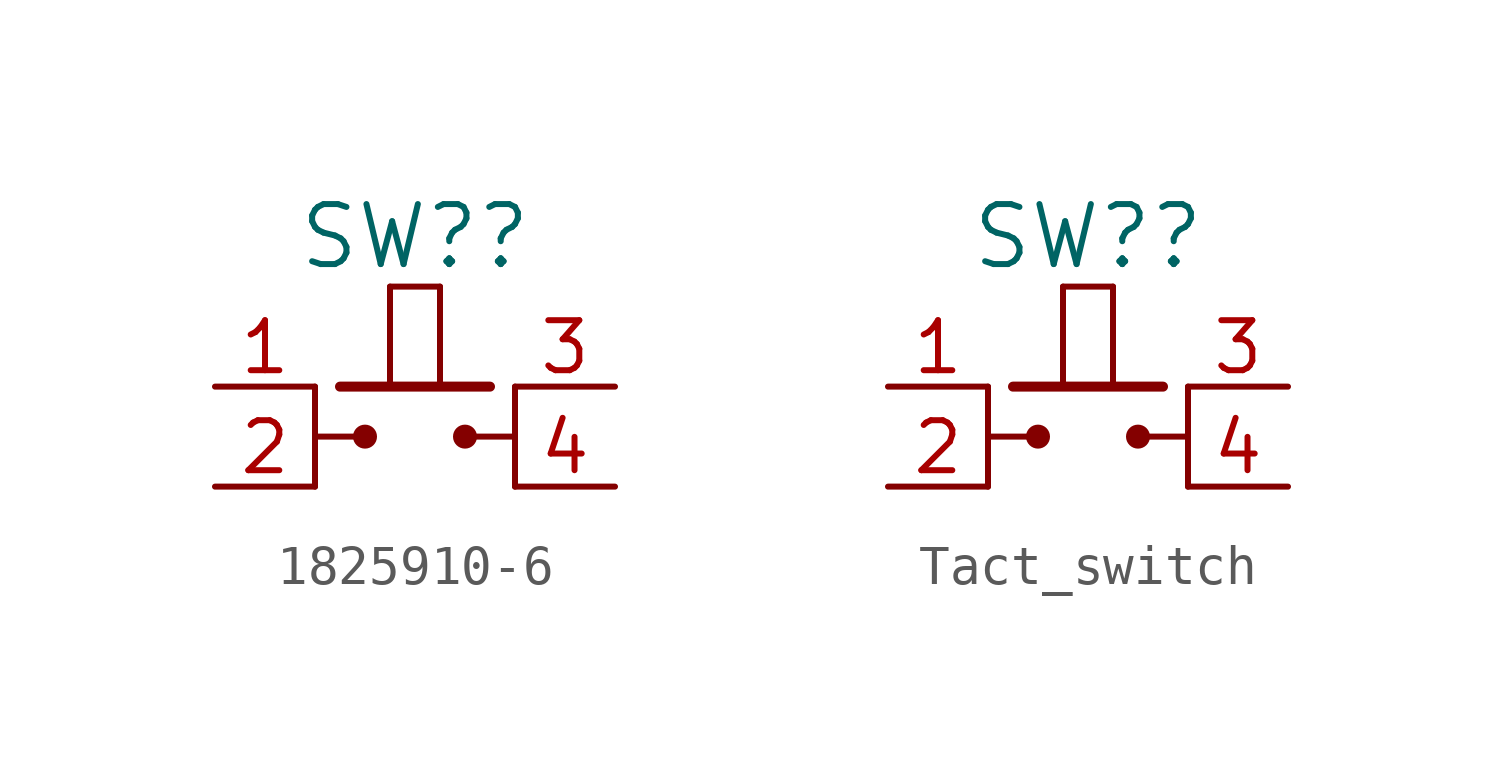
<source format=kicad_sym>
(kicad_symbol_lib
  (version 20211014)
  (generator kicad_symbol_editor)
  (symbol "1825910-6"
    (pin_names
      (offset 0) hide)
    (property "Reference" "SW?"
      (at 0 3.81 0)
      (effects (font (size 1.524 1.524))))
    (symbol "1825910-6_0_1"
      (rectangle (start -2.54 0) (end -2.54 -2.54) (stroke (width 0) (type default) (color 0 0 0 0)) (fill (type background)))
      (rectangle (start -1.905 0) (end 1.905 0) (stroke (width 0.254) (type default) (color 0 0 0 0)) (fill (type background)))
      (rectangle (start -1.27 -1.27) (end -2.54 -1.27) (stroke (width 0) (type default) (color 0 0 0 0)) (fill (type background)))
      (circle (center -1.27 -1.27) (radius 0.178) (stroke (width 0.254) (type default) (color 0 0 0 0)) (fill (type none)))
      (rectangle (start -0.635 0) (end -0.635 2.54) (stroke (width 0) (type default) (color 0 0 0 0)) (fill (type background)))
      (rectangle (start 0.635 2.54) (end -0.635 2.54) (stroke (width 0) (type default) (color 0 0 0 0)) (fill (type background)))
      (rectangle (start 0.635 2.54) (end 0.635 0) (stroke (width 0) (type default) (color 0 0 0 0)) (fill (type background)))
      (circle (center 1.27 -1.27) (radius 0.178) (stroke (width 0.254) (type default) (color 0 0 0 0)) (fill (type none)))
      (rectangle (start 1.27 -1.27) (end 2.54 -1.27) (stroke (width 0) (type default) (color 0 0 0 0)) (fill (type background)))
      (rectangle (start 2.54 0) (end 2.54 -2.54) (stroke (width 0) (type default) (color 0 0 0 0)) (fill (type background))))
    (symbol "1825910-6_1_1"
      (pin input line (at -5.08 0 0) (length 2.54) (name "1" (effects (font (size 1.27 1.27)))) (number "1" (effects (font (size 1.27 1.27)))))
      (pin input line (at -5.08 -2.54 0) (length 2.54) (name "2" (effects (font (size 1.27 1.27)))) (number "2" (effects (font (size 1.27 1.27)))))
      (pin input line (at 5.08 0 180) (length 2.54) (name "3" (effects (font (size 1.27 1.27)))) (number "3" (effects (font (size 1.27 1.27)))))
      (pin input line (at 5.08 -2.54 180) (length 2.54) (name "4" (effects (font (size 1.27 1.27)))) (number "4" (effects (font (size 1.27 1.27)))))))
  (symbol "Tact_switch"
    (pin_names
      (offset 0) hide)
    (property "Reference" "SW?"
      (at 0 3.81 0)
      (effects (font (size 1.524 1.524))))
    (symbol "Tact_switch_0_1"
      (rectangle (start -2.54 0) (end -2.54 -2.54) (stroke (width 0) (type default) (color 0 0 0 0)) (fill (type background)))
      (rectangle (start -1.905 0) (end 1.905 0) (stroke (width 0.254) (type default) (color 0 0 0 0)) (fill (type background)))
      (rectangle (start -1.27 -1.27) (end -2.54 -1.27) (stroke (width 0) (type default) (color 0 0 0 0)) (fill (type background)))
      (circle (center -1.27 -1.27) (radius 0.178) (stroke (width 0.254) (type default) (color 0 0 0 0)) (fill (type none)))
      (rectangle (start -0.635 0) (end -0.635 2.54) (stroke (width 0) (type default) (color 0 0 0 0)) (fill (type background)))
      (rectangle (start 0.635 2.54) (end -0.635 2.54) (stroke (width 0) (type default) (color 0 0 0 0)) (fill (type background)))
      (rectangle (start 0.635 2.54) (end 0.635 0) (stroke (width 0) (type default) (color 0 0 0 0)) (fill (type background)))
      (circle (center 1.27 -1.27) (radius 0.178) (stroke (width 0.254) (type default) (color 0 0 0 0)) (fill (type none)))
      (rectangle (start 1.27 -1.27) (end 2.54 -1.27) (stroke (width 0) (type default) (color 0 0 0 0)) (fill (type background)))
      (rectangle (start 2.54 0) (end 2.54 -2.54) (stroke (width 0) (type default) (color 0 0 0 0)) (fill (type background))))
    (symbol "Tact_switch_1_1"
      (pin input line (at -5.08 0 0) (length 2.54) (name "1" (effects (font (size 1.27 1.27)))) (number "1" (effects (font (size 1.27 1.27)))))
      (pin input line (at -5.08 -2.54 0) (length 2.54) (name "2" (effects (font (size 1.27 1.27)))) (number "2" (effects (font (size 1.27 1.27)))))
      (pin input line (at 5.08 0 180) (length 2.54) (name "3" (effects (font (size 1.27 1.27)))) (number "3" (effects (font (size 1.27 1.27)))))
      (pin input line (at 5.08 -2.54 180) (length 2.54) (name "4" (effects (font (size 1.27 1.27)))) (number "4" (effects (font (size 1.27 1.27))))))))
</source>
